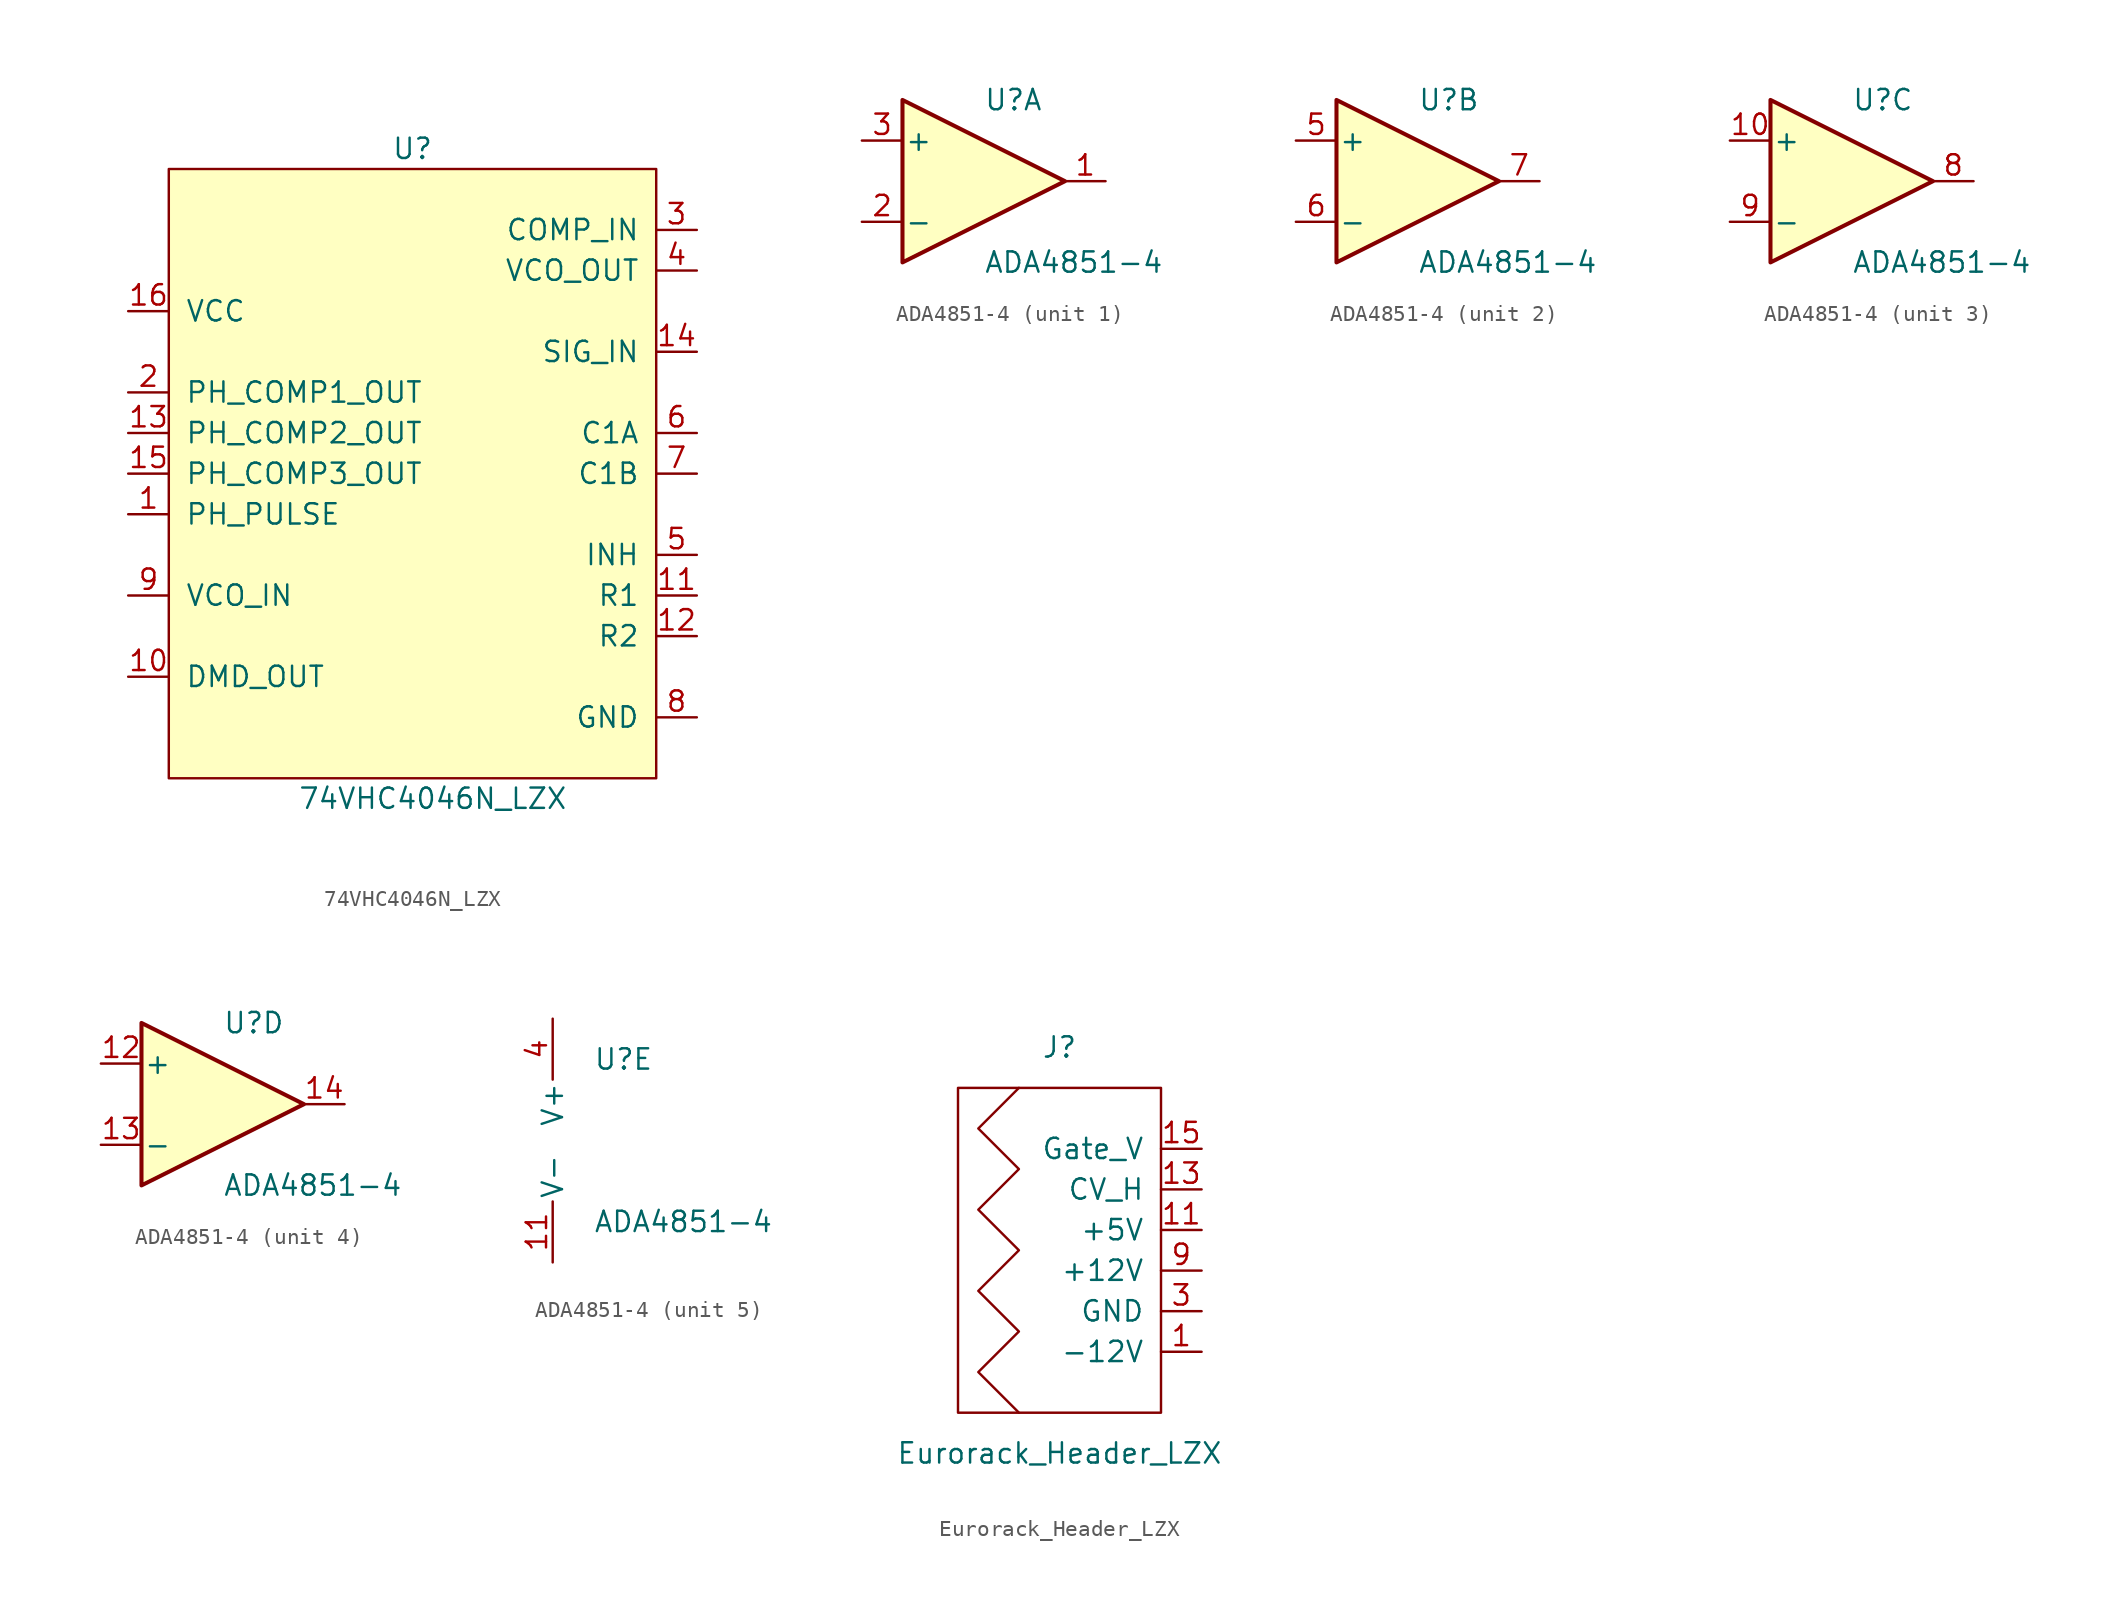
<source format=kicad_sym>
(kicad_symbol_lib
  (version 20220914)
  (generator kicad_symbol_editor)
  (symbol "74VHC4046N_LZX"
    (pin_names
      (offset 1.016))
    (property "Reference" "U"
      (at -1.27 20.32 0)
      (effects (font (size 1.27 1.27))))
    (property "Value" "74VHC4046N_LZX"
      (at 0 -20.32 0)
      (effects (font (size 1.27 1.27))))
    (symbol "74VHC4046N_LZX_0_1"
      (rectangle (start 13.97 19.05) (end -16.51 -19.05) (stroke (width 0) (type solid)) (fill (type background))))
    (symbol "74VHC4046N_LZX_1_1"
      (pin output line (at -19.05 -2.54 0) (length 2.54) (name "PH_PULSE" (effects (font (size 1.27 1.27)))) (number "1" (effects (font (size 1.27 1.27)))))
      (pin output line (at -19.05 -12.7 0) (length 2.54) (name "DMD_OUT" (effects (font (size 1.27 1.27)))) (number "10" (effects (font (size 1.27 1.27)))))
      (pin passive line (at 16.51 -7.62 180) (length 2.54) (name "R1" (effects (font (size 1.27 1.27)))) (number "11" (effects (font (size 1.27 1.27)))))
      (pin passive line (at 16.51 -10.16 180) (length 2.54) (name "R2" (effects (font (size 1.27 1.27)))) (number "12" (effects (font (size 1.27 1.27)))))
      (pin output line (at -19.05 2.54 0) (length 2.54) (name "PH_COMP2_OUT" (effects (font (size 1.27 1.27)))) (number "13" (effects (font (size 1.27 1.27)))))
      (pin input line (at 16.51 7.62 180) (length 2.54) (name "SIG_IN" (effects (font (size 1.27 1.27)))) (number "14" (effects (font (size 1.27 1.27)))))
      (pin output line (at -19.05 0 0) (length 2.54) (name "PH_COMP3_OUT" (effects (font (size 1.27 1.27)))) (number "15" (effects (font (size 1.27 1.27)))))
      (pin power_in line (at -19.05 10.16 0) (length 2.54) (name "VCC" (effects (font (size 1.27 1.27)))) (number "16" (effects (font (size 1.27 1.27)))))
      (pin output line (at -19.05 5.08 0) (length 2.54) (name "PH_COMP1_OUT" (effects (font (size 1.27 1.27)))) (number "2" (effects (font (size 1.27 1.27)))))
      (pin input line (at 16.51 15.24 180) (length 2.54) (name "COMP_IN" (effects (font (size 1.27 1.27)))) (number "3" (effects (font (size 1.27 1.27)))))
      (pin output line (at 16.51 12.7 180) (length 2.54) (name "VCO_OUT" (effects (font (size 1.27 1.27)))) (number "4" (effects (font (size 1.27 1.27)))))
      (pin input line (at 16.51 -5.08 180) (length 2.54) (name "INH" (effects (font (size 1.27 1.27)))) (number "5" (effects (font (size 1.27 1.27)))))
      (pin passive line (at 16.51 2.54 180) (length 2.54) (name "C1A" (effects (font (size 1.27 1.27)))) (number "6" (effects (font (size 1.27 1.27)))))
      (pin passive line (at 16.51 0 180) (length 2.54) (name "C1B" (effects (font (size 1.27 1.27)))) (number "7" (effects (font (size 1.27 1.27)))))
      (pin power_in line (at 16.51 -15.24 180) (length 2.54) (name "GND" (effects (font (size 1.27 1.27)))) (number "8" (effects (font (size 1.27 1.27)))))
      (pin input line (at -19.05 -7.62 0) (length 2.54) (name "VCO_IN" (effects (font (size 1.27 1.27)))) (number "9" (effects (font (size 1.27 1.27)))))))
  (symbol "ADA4851-4"
    (pin_names
      (offset 0.127))
    (property "Reference" "U"
      (at 0 5.08 0)
      (effects (font (size 1.27 1.27)) (justify left)))
    (property "Value" "ADA4851-4"
      (at 0 -5.08 0)
      (effects (font (size 1.27 1.27)) (justify left)))
    (property "ki_locked" ""
      (at 0 0 0)
      (effects (font (size 1.27 1.27))))
    (symbol "ADA4851-4_1_1"
      (polyline (pts (xy -5.08 5.08) (xy 5.08 0) (xy -5.08 -5.08) (xy -5.08 5.08)) (stroke (width 0.254) (type solid)) (fill (type background)))
      (pin output line (at 7.62 0 180) (length 2.54) (name "~" (effects (font (size 1.27 1.27)))) (number "1" (effects (font (size 1.27 1.27)))))
      (pin input line (at -7.62 -2.54 0) (length 2.54) (name "-" (effects (font (size 1.27 1.27)))) (number "2" (effects (font (size 1.27 1.27)))))
      (pin input line (at -7.62 2.54 0) (length 2.54) (name "+" (effects (font (size 1.27 1.27)))) (number "3" (effects (font (size 1.27 1.27))))))
    (symbol "ADA4851-4_2_1"
      (polyline (pts (xy -5.08 5.08) (xy 5.08 0) (xy -5.08 -5.08) (xy -5.08 5.08)) (stroke (width 0.254) (type solid)) (fill (type background)))
      (pin input line (at -7.62 2.54 0) (length 2.54) (name "+" (effects (font (size 1.27 1.27)))) (number "5" (effects (font (size 1.27 1.27)))))
      (pin input line (at -7.62 -2.54 0) (length 2.54) (name "-" (effects (font (size 1.27 1.27)))) (number "6" (effects (font (size 1.27 1.27)))))
      (pin output line (at 7.62 0 180) (length 2.54) (name "~" (effects (font (size 1.27 1.27)))) (number "7" (effects (font (size 1.27 1.27))))))
    (symbol "ADA4851-4_3_1"
      (polyline (pts (xy -5.08 5.08) (xy 5.08 0) (xy -5.08 -5.08) (xy -5.08 5.08)) (stroke (width 0.254) (type solid)) (fill (type background)))
      (pin input line (at -7.62 2.54 0) (length 2.54) (name "+" (effects (font (size 1.27 1.27)))) (number "10" (effects (font (size 1.27 1.27)))))
      (pin output line (at 7.62 0 180) (length 2.54) (name "~" (effects (font (size 1.27 1.27)))) (number "8" (effects (font (size 1.27 1.27)))))
      (pin input line (at -7.62 -2.54 0) (length 2.54) (name "-" (effects (font (size 1.27 1.27)))) (number "9" (effects (font (size 1.27 1.27))))))
    (symbol "ADA4851-4_4_1"
      (polyline (pts (xy -5.08 5.08) (xy 5.08 0) (xy -5.08 -5.08) (xy -5.08 5.08)) (stroke (width 0.254) (type solid)) (fill (type background)))
      (pin input line (at -7.62 2.54 0) (length 2.54) (name "+" (effects (font (size 1.27 1.27)))) (number "12" (effects (font (size 1.27 1.27)))))
      (pin input line (at -7.62 -2.54 0) (length 2.54) (name "-" (effects (font (size 1.27 1.27)))) (number "13" (effects (font (size 1.27 1.27)))))
      (pin output line (at 7.62 0 180) (length 2.54) (name "~" (effects (font (size 1.27 1.27)))) (number "14" (effects (font (size 1.27 1.27))))))
    (symbol "ADA4851-4_5_1"
      (pin power_in line (at -2.54 -7.62 90) (length 3.81) (name "V-" (effects (font (size 1.27 1.27)))) (number "11" (effects (font (size 1.27 1.27)))))
      (pin power_in line (at -2.54 7.62 270) (length 3.81) (name "V+" (effects (font (size 1.27 1.27)))) (number "4" (effects (font (size 1.27 1.27)))))))
  (symbol "Eurorack_Header_LZX"
    (pin_names
      (offset 1.016))
    (property "Reference" "J"
      (at 0 11.43 0)
      (effects (font (size 1.27 1.27))))
    (property "Value" "Eurorack_Header_LZX"
      (at 0 -13.97 0)
      (effects (font (size 1.27 1.27))))
    (symbol "Eurorack_Header_LZX_0_1"
      (polyline (pts (xy 6.35 -11.43) (xy 6.35 8.89) (xy -6.35 8.89) (xy -6.35 -11.43) (xy 6.35 -11.43)) (stroke (width 0) (type solid)) (fill (type none)))
      (polyline (pts (xy -2.54 -11.43) (xy -5.08 -8.89) (xy -2.54 -6.35) (xy -5.08 -3.81) (xy -2.54 -1.27) (xy -5.08 1.27) (xy -2.54 3.81) (xy -5.08 6.35) (xy -2.54 8.89)) (stroke (width 0) (type solid)) (fill (type none))))
    (symbol "Eurorack_Header_LZX_1_1"
      (pin power_out line (at 8.89 -7.62 180) (length 2.54) (name "-12V" (effects (font (size 1.27 1.27)))) (number "1" (effects (font (size 1.27 1.27)))))
      (pin passive line (at 8.89 -2.54 180) (length 2.54) hide (name "+12V" (effects (font (size 1.27 1.27)))) (number "10" (effects (font (size 1.27 1.27)))))
      (pin power_out line (at 8.89 0 180) (length 2.54) (name "+5V" (effects (font (size 1.27 1.27)))) (number "11" (effects (font (size 1.27 1.27)))))
      (pin passive line (at 8.89 0 180) (length 2.54) hide (name "+5V" (effects (font (size 1.27 1.27)))) (number "12" (effects (font (size 1.27 1.27)))))
      (pin bidirectional line (at 8.89 2.54 180) (length 2.54) (name "CV_H" (effects (font (size 1.27 1.27)))) (number "13" (effects (font (size 1.27 1.27)))))
      (pin passive line (at 8.89 2.54 180) (length 2.54) hide (name "CV_H" (effects (font (size 1.27 1.27)))) (number "14" (effects (font (size 1.27 1.27)))))
      (pin bidirectional line (at 8.89 5.08 180) (length 2.54) (name "Gate_V" (effects (font (size 1.27 1.27)))) (number "15" (effects (font (size 1.27 1.27)))))
      (pin passive line (at 8.89 5.08 180) (length 2.54) hide (name "Gate_V" (effects (font (size 1.27 1.27)))) (number "16" (effects (font (size 1.27 1.27)))))
      (pin passive line (at 8.89 -7.62 180) (length 2.54) hide (name "-12V" (effects (font (size 1.27 1.27)))) (number "2" (effects (font (size 1.27 1.27)))))
      (pin power_out line (at 8.89 -5.08 180) (length 2.54) (name "GND" (effects (font (size 1.27 1.27)))) (number "3" (effects (font (size 1.27 1.27)))))
      (pin passive line (at 8.89 -5.08 180) (length 2.54) hide (name "GND" (effects (font (size 1.27 1.27)))) (number "4" (effects (font (size 1.27 1.27)))))
      (pin passive line (at 8.89 -5.08 180) (length 2.54) hide (name "GND" (effects (font (size 1.27 1.27)))) (number "5" (effects (font (size 1.27 1.27)))))
      (pin passive line (at 8.89 -5.08 180) (length 2.54) hide (name "GND" (effects (font (size 1.27 1.27)))) (number "6" (effects (font (size 1.27 1.27)))))
      (pin passive line (at 8.89 -5.08 180) (length 2.54) hide (name "GND" (effects (font (size 1.27 1.27)))) (number "7" (effects (font (size 1.27 1.27)))))
      (pin passive line (at 8.89 -5.08 180) (length 2.54) hide (name "GND" (effects (font (size 1.27 1.27)))) (number "8" (effects (font (size 1.27 1.27)))))
      (pin power_out line (at 8.89 -2.54 180) (length 2.54) (name "+12V" (effects (font (size 1.27 1.27)))) (number "9" (effects (font (size 1.27 1.27))))))))
</source>
